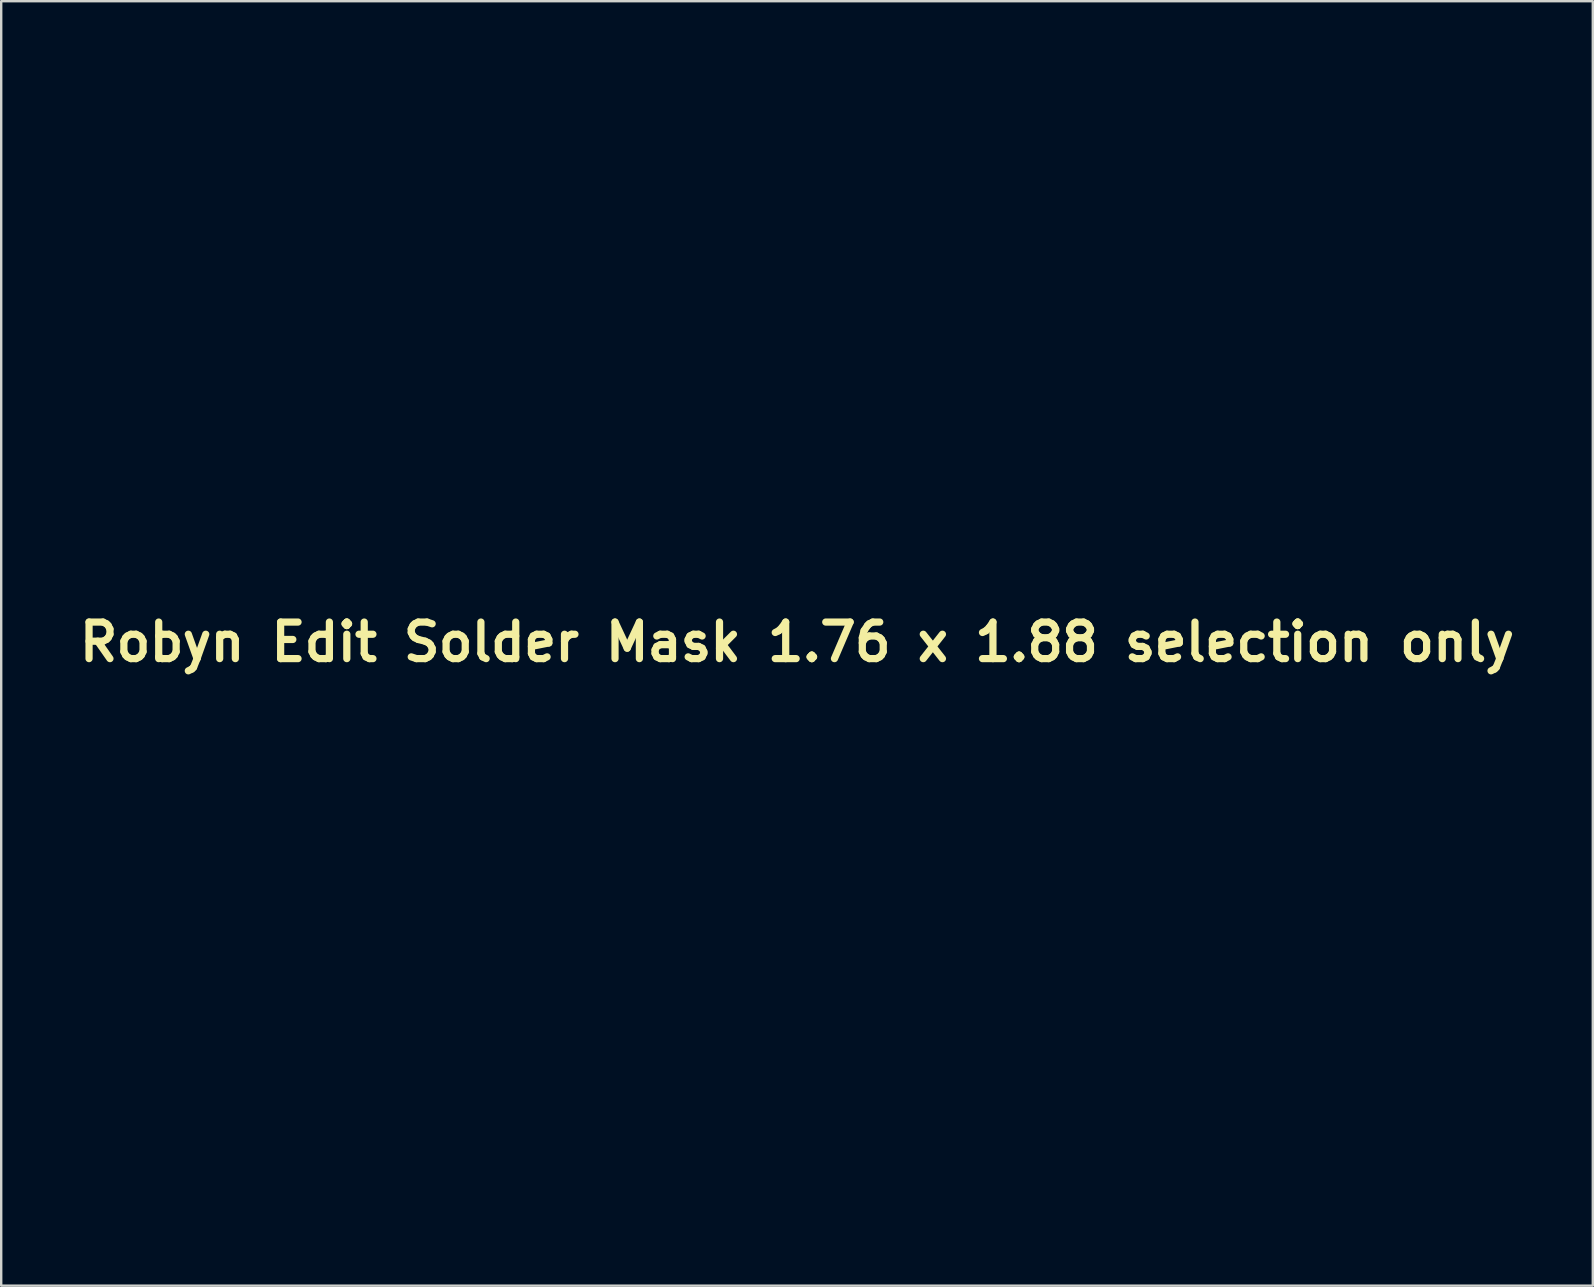
<source format=kicad_pcb>
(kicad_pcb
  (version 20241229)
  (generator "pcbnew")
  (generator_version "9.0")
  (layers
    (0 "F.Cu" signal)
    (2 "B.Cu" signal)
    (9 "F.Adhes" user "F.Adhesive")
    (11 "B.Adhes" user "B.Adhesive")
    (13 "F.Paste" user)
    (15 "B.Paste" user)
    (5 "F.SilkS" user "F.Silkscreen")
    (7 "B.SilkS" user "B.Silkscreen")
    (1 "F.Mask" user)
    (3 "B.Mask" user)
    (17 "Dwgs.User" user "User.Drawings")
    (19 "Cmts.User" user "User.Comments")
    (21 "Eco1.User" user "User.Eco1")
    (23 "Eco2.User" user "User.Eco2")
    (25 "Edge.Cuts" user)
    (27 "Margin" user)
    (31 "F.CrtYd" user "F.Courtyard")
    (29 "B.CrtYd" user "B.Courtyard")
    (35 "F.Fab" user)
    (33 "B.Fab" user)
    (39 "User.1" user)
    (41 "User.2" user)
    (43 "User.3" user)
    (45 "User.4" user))
  (footprint "Robyn Edit Solder Mask 1.76 x 1.88 selection only"
    (layer "F.Cu")
    (at 30.161 23.705)
    (property "Reference" "Robyn Edit Solder Mask 1.76 x 1.88 selection only" (at 0 0 0) (layer "F.SilkS") (effects (font (size 1.524 1.524) (thickness 0.3))))
    (attr board_only exclude_from_pos_files exclude_from_bom)
    (fp_poly (pts (xy 8.278 -18.476) (xy 8.519 -18.112) (xy 8.87 -17.786) (xy 9.253 -17.568) (xy 9.268 -17.562) (xy 9.356 -17.511) (xy 9.313 -17.443) (xy 9.12 -17.333) (xy 9.06 -17.303) (xy 8.768 -17.143) (xy 8.572 -16.979) (xy 8.413 -16.747) (xy 8.28 -16.491) (xy 8.101 -16.125) (xy 7.992 -16.41) (xy 7.719 -16.865) (xy 7.293 -17.216) (xy 7.104 -17.315) (xy 6.739 -17.48) (xy 7.013 -17.576) (xy 7.324 -17.751) (xy 7.642 -18.034) (xy 7.902 -18.356) (xy 8.014 -18.577) (xy 8.11 -18.851)) (stroke (width 0) (type solid)) (fill yes) (layer "F.Mask"))
    (fp_poly (pts (xy 9.074 -23.454) (xy 9.272 -23.228) (xy 9.529 -23.026) (xy 9.542 -23.018) (xy 9.708 -22.896) (xy 9.72 -22.836) (xy 9.69 -22.832) (xy 9.492 -22.749) (xy 9.237 -22.514) (xy 8.993 -22.213) (xy 8.889 -22.096) (xy 8.852 -22.137) (xy 8.85 -22.172) (xy 8.778 -22.334) (xy 8.604 -22.541) (xy 8.389 -22.733) (xy 8.19 -22.849) (xy 8.181 -22.852) (xy 8.138 -22.911) (xy 8.271 -23.014) (xy 8.345 -23.055) (xy 8.594 -23.234) (xy 8.775 -23.449) (xy 8.781 -23.46) (xy 8.909 -23.705)) (stroke (width 0) (type solid)) (fill yes) (layer "F.Mask"))
    (fp_poly (pts (xy 3.112 17.586) (xy 3.397 17.764) (xy 3.716 18.012) (xy 3.875 18.157) (xy 4.237 18.602) (xy 4.42 19.047) (xy 4.433 19.482) (xy 4.287 19.896) (xy 3.993 20.279) (xy 3.561 20.62) (xy 3.001 20.91) (xy 2.324 21.137) (xy 1.54 21.291) (xy 0.666 21.362) (xy 0.172 21.368) (xy -0.303 21.358) (xy -0.698 21.334) (xy -0.904 21.309) (xy -1.359 21.218) (xy -1.747 21.12) (xy -2.031 21.027) (xy -2.177 20.95) (xy -2.188 20.928) (xy -2.108 20.856) (xy -1.9 20.742) (xy -1.689 20.645) (xy -0.79 20.201) (xy 0.141 19.629) (xy 1.049 18.97) (xy 1.874 18.262) (xy 2.11 18.034) (xy 2.745 17.398)) (stroke (width 0) (type solid)) (fill yes) (layer "F.Mask"))
    (fp_poly (pts (xy 11.602 -22.981) (xy 11.602 -22.974) (xy 11.655 -22.742) (xy 11.786 -22.41) (xy 11.967 -22.036) (xy 12.17 -21.68) (xy 12.325 -21.454) (xy 12.701 -21.072) (xy 13.203 -20.724) (xy 13.764 -20.451) (xy 13.91 -20.399) (xy 14.388 -20.24) (xy 13.921 -20.075) (xy 13.173 -19.737) (xy 12.576 -19.294) (xy 12.111 -18.727) (xy 11.759 -18.02) (xy 11.711 -17.89) (xy 11.544 -17.414) (xy 11.384 -17.911) (xy 11.066 -18.595) (xy 10.593 -19.195) (xy 9.989 -19.687) (xy 9.28 -20.045) (xy 9.208 -20.071) (xy 8.729 -20.24) (xy 9.205 -20.398) (xy 9.921 -20.733) (xy 10.532 -21.222) (xy 11.026 -21.854) (xy 11.379 -22.58) (xy 11.487 -22.844) (xy 11.567 -22.987)) (stroke (width 0) (type solid)) (fill yes) (layer "F.Mask"))
    (fp_poly (pts (xy -21.072 18.316) (xy -20.674 18.321) (xy -20.351 18.336) (xy -20.059 18.372) (xy -19.753 18.436) (xy -19.387 18.539) (xy -18.916 18.688) (xy -18.518 18.819) (xy -17.977 18.995) (xy -17.463 19.156) (xy -17.021 19.289) (xy -16.691 19.382) (xy -16.566 19.413) (xy -15.983 19.606) (xy -15.449 19.911) (xy -15 20.296) (xy -14.671 20.732) (xy -14.497 21.187) (xy -14.5 21.666) (xy -14.666 22.153) (xy -14.976 22.615) (xy -15.408 23.019) (xy -15.811 23.269) (xy -16.48 23.536) (xy -17.244 23.724) (xy -18.029 23.819) (xy -18.763 23.812) (xy -18.979 23.785) (xy -19.73 23.599) (xy -20.462 23.296) (xy -21.118 22.902) (xy -21.609 22.483) (xy -21.87 22.161) (xy -22.167 21.717) (xy -22.471 21.208) (xy -22.748 20.688) (xy -22.967 20.214) (xy -23.08 19.905) (xy -23.16 19.601) (xy -23.176 19.396) (xy -23.126 19.208) (xy -23.053 19.049) (xy -22.865 18.758) (xy -22.611 18.55) (xy -22.262 18.415) (xy -21.788 18.34) (xy -21.16 18.316)) (stroke (width 0) (type solid)) (fill yes) (layer "F.Mask"))
    (fp_poly (pts (xy 20.534 -2.629) (xy 20.996 -2.314) (xy 21.363 -2.119) (xy 21.673 -2.027) (xy 21.963 -2.022) (xy 21.987 -2.025) (xy 22.155 -2.037) (xy 22.3 -2.008) (xy 22.442 -1.916) (xy 22.6 -1.742) (xy 22.793 -1.464) (xy 23.039 -1.061) (xy 23.348 -0.531) (xy 24.013 0.716) (xy 24.517 1.876) (xy 24.862 2.96) (xy 25.051 3.977) (xy 25.087 4.937) (xy 24.974 5.838) (xy 24.802 6.521) (xy 24.578 7.128) (xy 24.281 7.698) (xy 23.889 8.269) (xy 23.378 8.879) (xy 22.886 9.403) (xy 22.033 10.204) (xy 21.118 10.923) (xy 20.164 11.55) (xy 19.192 12.075) (xy 18.224 12.489) (xy 17.283 12.781) (xy 16.389 12.942) (xy 15.567 12.962) (xy 15.068 12.892) (xy 14.74 12.804) (xy 14.4 12.687) (xy 14.089 12.56) (xy 13.85 12.44) (xy 13.726 12.346) (xy 13.724 12.311) (xy 13.819 12.236) (xy 14.021 12.088) (xy 14.211 11.951) (xy 14.679 11.556) (xy 15.052 11.086) (xy 15.375 10.484) (xy 15.383 10.466) (xy 15.508 10.157) (xy 15.574 9.877) (xy 15.595 9.549) (xy 15.587 9.181) (xy 15.534 8.659) (xy 15.41 8.187) (xy 15.196 7.721) (xy 14.873 7.222) (xy 14.422 6.648) (xy 14.397 6.619) (xy 14.142 6.31) (xy 13.945 6.061) (xy 13.829 5.904) (xy 13.81 5.866) (xy 14.108 5.659) (xy 14.273 5.381) (xy 14.312 5.005) (xy 14.234 4.503) (xy 14.217 4.433) (xy 14.147 4.133) (xy 14.109 3.917) (xy 14.108 3.84) (xy 14.21 3.843) (xy 14.422 3.89) (xy 14.466 3.902) (xy 15.03 3.989) (xy 15.509 3.917) (xy 15.89 3.705) (xy 16.156 3.373) (xy 16.291 2.939) (xy 16.281 2.422) (xy 16.122 1.869) (xy 16.086 1.759) (xy 16.137 1.747) (xy 16.311 1.828) (xy 16.351 1.849) (xy 16.713 1.97) (xy 17.124 2.008) (xy 17.506 1.964) (xy 17.73 1.872) (xy 17.929 1.692) (xy 18.132 1.437) (xy 18.17 1.38) (xy 18.287 1.155) (xy 18.343 0.926) (xy 18.35 0.619) (xy 18.338 0.4) (xy 18.305 0.046) (xy 18.261 -0.248) (xy 18.221 -0.407) (xy 18.195 -0.512) (xy 18.27 -0.546) (xy 18.486 -0.522) (xy 18.519 -0.517) (xy 19.05 -0.512) (xy 19.546 -0.654) (xy 19.964 -0.922) (xy 20.263 -1.295) (xy 20.313 -1.4) (xy 20.439 -1.855) (xy 20.402 -2.275) (xy 20.273 -2.597) (xy 20.092 -2.951)) (stroke (width 0) (type solid)) (fill yes) (layer "F.Mask"))
    (fp_poly (pts (xy -23.921 -2.824) (xy -23.614 -2.587) (xy -23.212 -2.25) (xy -22.775 -1.892) (xy -22.317 -1.532) (xy -21.893 -1.215) (xy -21.57 -0.989) (xy -21.196 -0.756) (xy -20.787 -0.522) (xy -20.384 -0.309) (xy -20.028 -0.137) (xy -19.761 -0.028) (xy -19.642 -0.000075) (xy -19.534 0.058) (xy -19.314 0.214) (xy -19.018 0.443) (xy -18.739 0.671) (xy -18.32 0.996) (xy -17.863 1.314) (xy -17.438 1.578) (xy -17.246 1.682) (xy -16.902 1.849) (xy -16.672 1.942) (xy -16.501 1.968) (xy -16.332 1.94) (xy -16.152 1.881) (xy -15.384 1.616) (xy -14.756 1.406) (xy -14.232 1.243) (xy -13.774 1.115) (xy -13.344 1.012) (xy -12.905 0.924) (xy -12.42 0.841) (xy -12.233 0.811) (xy -11.294 0.673) (xy -10.494 0.577) (xy -9.785 0.522) (xy -9.119 0.506) (xy -8.451 0.526) (xy -7.733 0.581) (xy -7.42 0.612) (xy -5.974 0.802) (xy -4.626 1.052) (xy -3.398 1.357) (xy -2.313 1.713) (xy -1.406 2.105) (xy -1.116 2.246) (xy -0.897 2.345) (xy -0.802 2.378) (xy -0.712 2.317) (xy -0.519 2.152) (xy -0.258 1.912) (xy -0.11 1.772) (xy 0.288 1.42) (xy 0.68 1.145) (xy 1.144 0.896) (xy 1.427 0.766) (xy 1.944 0.528) (xy 2.524 0.25) (xy 3.063 -0.02) (xy 3.205 -0.093) (xy 3.612 -0.299) (xy 3.882 -0.418) (xy 4.043 -0.459) (xy 4.121 -0.431) (xy 4.132 -0.41) (xy 4.158 -0.241) (xy 4.175 0.081) (xy 4.184 0.517) (xy 4.184 1.032) (xy 4.176 1.587) (xy 4.162 2.144) (xy 4.14 2.668) (xy 4.112 3.119) (xy 4.088 3.377) (xy 3.88 4.666) (xy 3.552 5.831) (xy 3.095 6.906) (xy 2.584 7.791) (xy 2.188 8.4) (xy 2.234 10.217) (xy 2.249 10.854) (xy 2.254 11.305) (xy 2.247 11.576) (xy 2.223 11.67) (xy 2.18 11.593) (xy 2.113 11.349) (xy 2.02 10.944) (xy 1.947 10.609) (xy 1.837 10.174) (xy 1.721 9.877) (xy 1.577 9.665) (xy 1.506 9.593) (xy 1.052 9.288) (xy 0.541 9.163) (xy -0.025 9.219) (xy -0.645 9.456) (xy -0.65 9.459) (xy -0.935 9.62) (xy -1.173 9.802) (xy -1.378 10.029) (xy -1.566 10.328) (xy -1.751 10.723) (xy -1.949 11.241) (xy -2.175 11.907) (xy -2.277 12.224) (xy -2.447 12.891) (xy -2.587 13.724) (xy -2.693 14.703) (xy -2.763 15.805) (xy -2.786 16.505) (xy -2.806 17.361) (xy -3.377 17.426) (xy -3.776 17.49) (xy -4.173 17.582) (xy -4.364 17.64) (xy -4.665 17.743) (xy -4.838 17.774) (xy -4.934 17.722) (xy -5.005 17.579) (xy -5.025 17.528) (xy -5.1 17.318) (xy -5.211 16.986) (xy -5.338 16.594) (xy -5.381 16.458) (xy -5.621 15.725) (xy -5.88 14.979) (xy -6.147 14.247) (xy -6.411 13.56) (xy -6.66 12.946) (xy -6.884 12.433) (xy -7.071 12.051) (xy -7.181 11.864) (xy -7.291 11.666) (xy -7.325 11.54) (xy -7.374 11.401) (xy -7.506 11.139) (xy -7.7 10.791) (xy -7.935 10.392) (xy -8.189 9.98) (xy -8.441 9.589) (xy -8.669 9.257) (xy -8.69 9.228) (xy -9.228 8.569) (xy -9.818 7.983) (xy -10.42 7.506) (xy -10.904 7.217) (xy -11.196 7.078) (xy -11.434 6.987) (xy -11.671 6.933) (xy -11.962 6.906) (xy -12.358 6.898) (xy -12.651 6.897) (xy -13.165 6.903) (xy -13.56 6.928) (xy -13.909 6.983) (xy -14.281 7.078) (xy -14.72 7.216) (xy -15.079 7.348) (xy -15.572 7.551) (xy -16.161 7.807) (xy -16.811 8.101) (xy -17.486 8.418) (xy -17.978 8.656) (xy -18.868 9.087) (xy -19.617 9.433) (xy -20.247 9.702) (xy -20.783 9.901) (xy -21.249 10.039) (xy -21.669 10.122) (xy -22.067 10.16) (xy -22.467 10.159) (xy -22.592 10.153) (xy -23.022 10.106) (xy -23.425 10.028) (xy -23.765 9.931) (xy -24.005 9.824) (xy -24.108 9.721) (xy -24.102 9.68) (xy -24.001 9.592) (xy -23.778 9.43) (xy -23.471 9.22) (xy -23.272 9.09) (xy -22.79 8.752) (xy -22.374 8.41) (xy -22.052 8.09) (xy -21.847 7.815) (xy -21.785 7.63) (xy -21.85 7.478) (xy -22.018 7.252) (xy -22.219 7.036) (xy -22.594 6.621) (xy -22.937 6.13) (xy -23.267 5.531) (xy -23.604 4.791) (xy -23.737 4.467) (xy -24.232 3.104) (xy -24.603 1.773) (xy -24.784 0.91) (xy -24.904 0.142) (xy -24.947 -0.504) (xy -24.913 -1.081) (xy -24.852 -1.376) (xy -23.978 -1.376) (xy -23.967 -0.999) (xy -23.932 -0.522) (xy -23.876 0.027) (xy -23.803 0.618) (xy -23.715 1.223) (xy -23.616 1.813) (xy -23.509 2.359) (xy -23.454 2.605) (xy -23.132 3.79) (xy -22.757 4.831) (xy -22.311 5.773) (xy -21.916 6.445) (xy -21.687 6.765) (xy -21.509 6.914) (xy -21.366 6.896) (xy -21.239 6.719) (xy -21.222 6.683) (xy -21.026 6.317) (xy -20.734 5.859) (xy -20.38 5.356) (xy -20 4.854) (xy -19.626 4.399) (xy -19.294 4.039) (xy -19.229 3.976) (xy -18.846 3.645) (xy -18.414 3.314) (xy -18.048 3.068) (xy 0.077 3.068) (xy 0.137 3.231) (xy 0.315 3.498) (xy 0.322 3.507) (xy 0.675 4.051) (xy 1.022 4.69) (xy 1.339 5.373) (xy 1.603 6.045) (xy 1.79 6.655) (xy 1.86 6.994) (xy 1.941 7.296) (xy 2.066 7.417) (xy 2.237 7.357) (xy 2.456 7.113) (xy 2.686 6.754) (xy 2.984 6.186) (xy 3.263 5.555) (xy 3.492 4.935) (xy 3.633 4.44) (xy 3.717 4.001) (xy 3.795 3.48) (xy 3.864 2.908) (xy 3.922 2.32) (xy 3.966 1.748) (xy 3.994 1.224) (xy 4.003 0.784) (xy 3.991 0.458) (xy 3.955 0.281) (xy 3.945 0.267) (xy 3.859 0.305) (xy 3.674 0.45) (xy 3.426 0.676) (xy 3.335 0.763) (xy 3.048 1.014) (xy 2.643 1.325) (xy 2.168 1.663) (xy 1.669 1.993) (xy 1.507 2.095) (xy 1.062 2.371) (xy 0.67 2.617) (xy 0.361 2.813) (xy 0.166 2.94) (xy 0.119 2.973) (xy 0.077 3.068) (xy -18.048 3.068) (xy -18.015 3.045) (xy -17.95 3.007) (xy -17.652 2.83) (xy -17.435 2.691) (xy -17.337 2.616) (xy -17.336 2.61) (xy -17.424 2.56) (xy -17.652 2.435) (xy -17.992 2.252) (xy -18.414 2.027) (xy -18.741 1.853) (xy -19.662 1.343) (xy -20.565 0.802) (xy -21.418 0.251) (xy -22.185 -0.286) (xy -22.834 -0.786) (xy -23.18 -1.086) (xy -23.476 -1.353) (xy -23.72 -1.564) (xy -23.877 -1.69) (xy -23.917 -1.712) (xy -23.962 -1.623) (xy -23.978 -1.376) (xy -24.852 -1.376) (xy -24.798 -1.64) (xy -24.701 -1.96) (xy -24.544 -2.426) (xy -24.418 -2.739) (xy -24.293 -2.906) (xy -24.137 -2.932)) (stroke (width 0) (type solid)) (fill yes) (layer "F.Mask")))
  (gr_rect
    (start -3 -3)
    (end 63.321 50.524)
    (stroke (width 0.1) (type default))
    (fill no)
    (layer "Edge.Cuts")))
</source>
